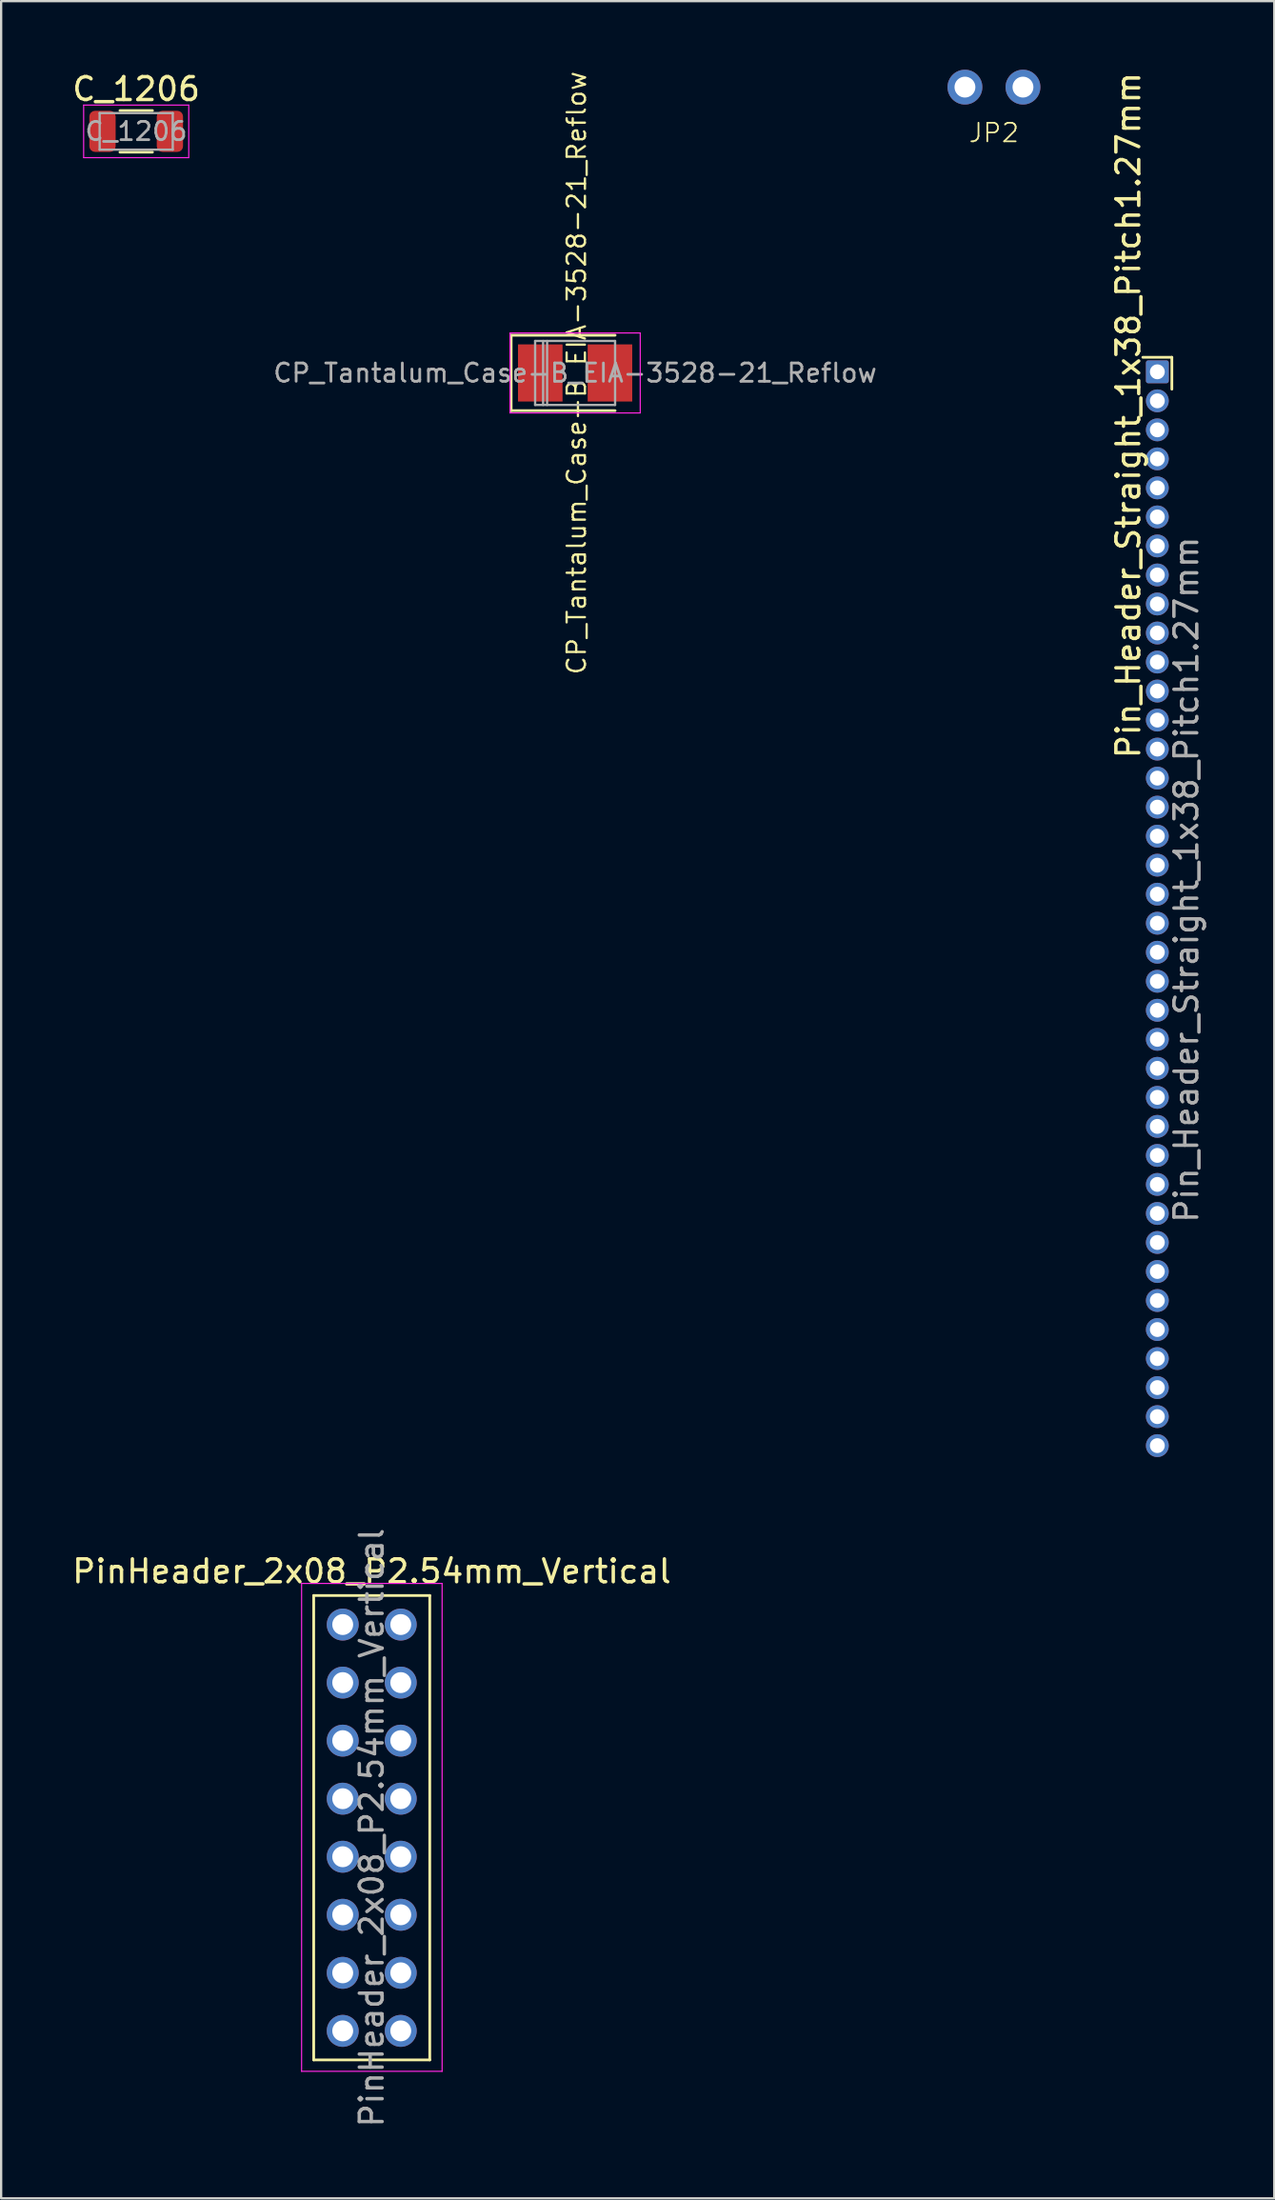
<source format=kicad_pcb>
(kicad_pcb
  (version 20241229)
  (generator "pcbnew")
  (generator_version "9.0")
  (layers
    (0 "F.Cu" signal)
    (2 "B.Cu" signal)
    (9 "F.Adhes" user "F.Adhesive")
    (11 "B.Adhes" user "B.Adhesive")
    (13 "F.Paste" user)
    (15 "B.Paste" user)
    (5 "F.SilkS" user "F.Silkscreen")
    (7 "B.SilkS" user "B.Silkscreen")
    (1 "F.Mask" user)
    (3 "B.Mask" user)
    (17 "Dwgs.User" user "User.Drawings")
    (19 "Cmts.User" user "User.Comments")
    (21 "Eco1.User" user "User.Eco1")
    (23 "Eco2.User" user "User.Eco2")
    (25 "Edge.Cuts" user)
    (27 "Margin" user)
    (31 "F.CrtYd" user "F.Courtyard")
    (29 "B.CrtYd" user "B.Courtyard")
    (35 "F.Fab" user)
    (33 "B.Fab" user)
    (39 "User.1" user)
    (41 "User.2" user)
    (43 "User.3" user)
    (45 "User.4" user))
  (footprint "JP2"
    (layer "F.Cu")
    (at 40.453 0.762)
    (property "Reference" "JP2" (at 0 2 0) (layer "F.SilkS") (effects (font (size 0.813 0.813) (thickness 0.076))))
    (attr through_hole)
    (pad "1" thru_hole circle (at -1.27 0) (size 1.524 1.524) (drill 0.914) (layers "*.Cu" "*.Mask"))
    (pad "2" thru_hole circle (at 1.27 0) (size 1.524 1.524) (drill 0.914) (layers "*.Cu" "*.Mask")))
  (footprint "PinHeader_2x08_P2.54mm_Vertical"
    (layer "F.Cu")
    (at 11.95 68.04)
    (property "Reference" "PinHeader_2x08_P2.54mm_Vertical" (at 1.27 -2.33 0) (layer "F.SilkS") (effects (font (size 1 1) (thickness 0.15))))
    (attr through_hole)
    (fp_line (start -1.27 -1.27) (end 3.81 -1.27) (stroke (width 0.12) (type solid)) (layer "F.SilkS"))
    (fp_line (start -1.27 19.05) (end -1.27 -1.27) (stroke (width 0.12) (type solid)) (layer "F.SilkS"))
    (fp_line (start 3.81 -1.27) (end 3.81 19.05) (stroke (width 0.12) (type solid)) (layer "F.SilkS"))
    (fp_line (start 3.81 19.05) (end -1.27 19.05) (stroke (width 0.12) (type solid)) (layer "F.SilkS"))
    (fp_line (start -1.8 -1.8) (end -1.8 19.55) (stroke (width 0.05) (type solid)) (layer "F.CrtYd"))
    (fp_line (start -1.8 19.55) (end 4.35 19.55) (stroke (width 0.05) (type solid)) (layer "F.CrtYd"))
    (fp_line (start 4.35 -1.8) (end -1.8 -1.8) (stroke (width 0.05) (type solid)) (layer "F.CrtYd"))
    (fp_line (start 4.35 19.55) (end 4.35 -1.8) (stroke (width 0.05) (type solid)) (layer "F.CrtYd"))
    (fp_text user "${REFERENCE}" (at 1.27 8.89 90) (layer "F.Fab") (effects (font (size 1 1) (thickness 0.15))))
    (pad "1" thru_hole circle (at 0 0) (size 1.397 1.397) (drill 0.914) (layers "*.Cu" "*.Mask"))
    (pad "2" thru_hole circle (at 2.54 0) (size 1.397 1.397) (drill 0.914) (layers "*.Cu" "*.Mask"))
    (pad "3" thru_hole circle (at 0 2.54) (size 1.397 1.397) (drill 0.914) (layers "*.Cu" "*.Mask"))
    (pad "4" thru_hole circle (at 2.54 2.54) (size 1.397 1.397) (drill 0.914) (layers "*.Cu" "*.Mask"))
    (pad "5" thru_hole circle (at 0 5.08) (size 1.397 1.397) (drill 0.914) (layers "*.Cu" "*.Mask"))
    (pad "6" thru_hole circle (at 2.54 5.08) (size 1.397 1.397) (drill 0.914) (layers "*.Cu" "*.Mask"))
    (pad "7" thru_hole circle (at 0 7.62) (size 1.397 1.397) (drill 0.914) (layers "*.Cu" "*.Mask"))
    (pad "8" thru_hole circle (at 2.54 7.62) (size 1.397 1.397) (drill 0.914) (layers "*.Cu" "*.Mask"))
    (pad "9" thru_hole circle (at 0 10.16) (size 1.397 1.397) (drill 0.914) (layers "*.Cu" "*.Mask"))
    (pad "10" thru_hole circle (at 2.54 10.16) (size 1.397 1.397) (drill 0.914) (layers "*.Cu" "*.Mask"))
    (pad "11" thru_hole circle (at 0 12.7) (size 1.397 1.397) (drill 0.914) (layers "*.Cu" "*.Mask"))
    (pad "12" thru_hole circle (at 2.54 12.7) (size 1.397 1.397) (drill 0.914) (layers "*.Cu" "*.Mask"))
    (pad "13" thru_hole circle (at 0 15.24) (size 1.397 1.397) (drill 0.914) (layers "*.Cu" "*.Mask"))
    (pad "14" thru_hole circle (at 2.54 15.24) (size 1.397 1.397) (drill 0.914) (layers "*.Cu" "*.Mask"))
    (pad "15" thru_hole circle (at 0 17.78) (size 1.397 1.397) (drill 0.914) (layers "*.Cu" "*.Mask"))
    (pad "16" thru_hole circle (at 2.54 17.78) (size 1.397 1.397) (drill 0.914) (layers "*.Cu" "*.Mask")))
  (footprint "Pin_Header_Straight_1x38_Pitch1.27mm"
    (layer "F.Cu")
    (at 47.604 35.445)
    (property "Reference" "Pin_Header_Straight_1x38_Pitch1.27mm" (at -1.27 -20.32 270) (layer "F.SilkS") (effects (font (size 1 1) (thickness 0.15))))
    (attr through_hole)
    (fp_line (start -0.635 -22.86) (end 0.635 -22.86) (stroke (width 0.12) (type solid)) (layer "F.SilkS"))
    (fp_line (start 0.635 -22.86) (end 0.635 -21.465) (stroke (width 0.12) (type solid)) (layer "F.SilkS"))
    (fp_text user "${REFERENCE}" (at 1.27 0 270) (layer "F.Fab") (effects (font (size 1 1) (thickness 0.15))))
    (pad "1" thru_hole roundrect (at 0 -22.225) (size 1 1) (drill 0.65) (layers "*.Cu" "*.Mask") (roundrect_rratio 0.1))
    (pad "2" thru_hole oval (at 0 -20.955) (size 1 1) (drill 0.65) (layers "*.Cu" "*.Mask"))
    (pad "3" thru_hole oval (at 0 -19.685) (size 1 1) (drill 0.65) (layers "*.Cu" "*.Mask"))
    (pad "4" thru_hole oval (at 0 -18.415) (size 1 1) (drill 0.65) (layers "*.Cu" "*.Mask"))
    (pad "5" thru_hole oval (at 0 -17.145) (size 1 1) (drill 0.65) (layers "*.Cu" "*.Mask"))
    (pad "6" thru_hole oval (at 0 -15.875) (size 1 1) (drill 0.65) (layers "*.Cu" "*.Mask"))
    (pad "7" thru_hole oval (at 0 -14.605) (size 1 1) (drill 0.65) (layers "*.Cu" "*.Mask"))
    (pad "8" thru_hole oval (at 0 -13.335) (size 1 1) (drill 0.65) (layers "*.Cu" "*.Mask"))
    (pad "9" thru_hole oval (at 0 -12.065) (size 1 1) (drill 0.65) (layers "*.Cu" "*.Mask"))
    (pad "10" thru_hole oval (at 0 -10.795) (size 1 1) (drill 0.65) (layers "*.Cu" "*.Mask"))
    (pad "11" thru_hole oval (at 0 -9.525) (size 1 1) (drill 0.65) (layers "*.Cu" "*.Mask"))
    (pad "12" thru_hole oval (at 0 -8.255) (size 1 1) (drill 0.65) (layers "*.Cu" "*.Mask"))
    (pad "13" thru_hole oval (at 0 -6.985) (size 1 1) (drill 0.65) (layers "*.Cu" "*.Mask"))
    (pad "14" thru_hole oval (at 0 -5.715) (size 1 1) (drill 0.65) (layers "*.Cu" "*.Mask"))
    (pad "15" thru_hole oval (at 0 -4.445) (size 1 1) (drill 0.65) (layers "*.Cu" "*.Mask"))
    (pad "16" thru_hole oval (at 0 -3.175) (size 1 1) (drill 0.65) (layers "*.Cu" "*.Mask"))
    (pad "17" thru_hole oval (at 0 -1.905) (size 1 1) (drill 0.65) (layers "*.Cu" "*.Mask"))
    (pad "18" thru_hole oval (at 0 -0.635) (size 1 1) (drill 0.65) (layers "*.Cu" "*.Mask"))
    (pad "19" thru_hole oval (at 0 0.635) (size 1 1) (drill 0.65) (layers "*.Cu" "*.Mask"))
    (pad "20" thru_hole oval (at 0 1.905) (size 1 1) (drill 0.65) (layers "*.Cu" "*.Mask"))
    (pad "21" thru_hole oval (at 0 3.175) (size 1 1) (drill 0.65) (layers "*.Cu" "*.Mask"))
    (pad "22" thru_hole oval (at 0 4.445) (size 1 1) (drill 0.65) (layers "*.Cu" "*.Mask"))
    (pad "23" thru_hole oval (at 0 5.715) (size 1 1) (drill 0.65) (layers "*.Cu" "*.Mask"))
    (pad "24" thru_hole oval (at 0 6.985) (size 1 1) (drill 0.65) (layers "*.Cu" "*.Mask"))
    (pad "25" thru_hole oval (at 0 8.255) (size 1 1) (drill 0.65) (layers "*.Cu" "*.Mask"))
    (pad "26" thru_hole oval (at 0 9.525) (size 1 1) (drill 0.65) (layers "*.Cu" "*.Mask"))
    (pad "27" thru_hole oval (at 0 10.795) (size 1 1) (drill 0.65) (layers "*.Cu" "*.Mask"))
    (pad "28" thru_hole oval (at 0 12.065) (size 1 1) (drill 0.65) (layers "*.Cu" "*.Mask"))
    (pad "29" thru_hole oval (at 0 13.335) (size 1 1) (drill 0.65) (layers "*.Cu" "*.Mask"))
    (pad "30" thru_hole oval (at 0 14.605) (size 1 1) (drill 0.65) (layers "*.Cu" "*.Mask"))
    (pad "31" thru_hole oval (at 0 15.875) (size 1 1) (drill 0.65) (layers "*.Cu" "*.Mask"))
    (pad "32" thru_hole oval (at 0 17.145) (size 1 1) (drill 0.65) (layers "*.Cu" "*.Mask"))
    (pad "33" thru_hole oval (at 0 18.415) (size 1 1) (drill 0.65) (layers "*.Cu" "*.Mask"))
    (pad "34" thru_hole oval (at 0 19.685) (size 1 1) (drill 0.65) (layers "*.Cu" "*.Mask"))
    (pad "35" thru_hole oval (at 0 20.955) (size 1 1) (drill 0.65) (layers "*.Cu" "*.Mask"))
    (pad "36" thru_hole oval (at 0 22.225) (size 1 1) (drill 0.65) (layers "*.Cu" "*.Mask"))
    (pad "37" thru_hole oval (at 0 23.495) (size 1 1) (drill 0.65) (layers "*.Cu" "*.Mask"))
    (pad "38" thru_hole oval (at 0 24.765) (size 1 1) (drill 0.65) (layers "*.Cu" "*.Mask")))
  (footprint "C_1206"
    (layer "F.Cu")
    (at 2.911 2.698)
    (property "Reference" "C_1206" (at 0 -1.85 0) (layer "F.SilkS") (effects (font (size 1 1) (thickness 0.15))))
    (attr smd)
    (fp_line (start -0.711 -0.91) (end 0.711 -0.91) (stroke (width 0.12) (type solid)) (layer "F.SilkS"))
    (fp_line (start -0.711 0.91) (end 0.711 0.91) (stroke (width 0.12) (type solid)) (layer "F.SilkS"))
    (fp_line (start -2.3 -1.15) (end 2.3 -1.15) (stroke (width 0.05) (type solid)) (layer "F.CrtYd"))
    (fp_line (start -2.3 1.15) (end -2.3 -1.15) (stroke (width 0.05) (type solid)) (layer "F.CrtYd"))
    (fp_line (start 2.3 -1.15) (end 2.3 1.15) (stroke (width 0.05) (type solid)) (layer "F.CrtYd"))
    (fp_line (start 2.3 1.15) (end -2.3 1.15) (stroke (width 0.05) (type solid)) (layer "F.CrtYd"))
    (fp_line (start -1.6 -0.8) (end 1.6 -0.8) (stroke (width 0.1) (type solid)) (layer "F.Fab"))
    (fp_line (start -1.6 0.8) (end -1.6 -0.8) (stroke (width 0.1) (type solid)) (layer "F.Fab"))
    (fp_line (start 1.6 -0.8) (end 1.6 0.8) (stroke (width 0.1) (type solid)) (layer "F.Fab"))
    (fp_line (start 1.6 0.8) (end -1.6 0.8) (stroke (width 0.1) (type solid)) (layer "F.Fab"))
    (fp_text user "${REFERENCE}" (at 0 0 0) (layer "F.Fab") (effects (font (size 0.8 0.8) (thickness 0.12))))
    (pad "1" smd roundrect (at -1.475 0) (size 1.15 1.8) (layers "F.Cu" "F.Mask" "F.Paste") (roundrect_rratio 0.217))
    (pad "2" smd roundrect (at 1.475 0) (size 1.15 1.8) (layers "F.Cu" "F.Mask" "F.Paste") (roundrect_rratio 0.217)))
  (footprint "CP_Tantalum_Case-B_EIA-3528-21_Reflow"
    (layer "F.Cu")
    (at 22.121 13.27)
    (property "Reference" "CP_Tantalum_Case-B_EIA-3528-21_Reflow" (at 0.064 0 90) (unlocked yes) (layer "F.SilkS") (effects (font (size 0.8 0.8) (thickness 0.1))))
    (attr smd)
    (fp_line (start -2.8 -1.65) (end -2.8 1.65) (stroke (width 0.12) (type solid)) (layer "F.SilkS"))
    (fp_line (start -2.8 -1.65) (end 1.75 -1.65) (stroke (width 0.12) (type solid)) (layer "F.SilkS"))
    (fp_line (start -2.8 1.65) (end 1.75 1.65) (stroke (width 0.12) (type solid)) (layer "F.SilkS"))
    (fp_line (start -2.85 -1.75) (end -2.85 1.75) (stroke (width 0.05) (type solid)) (layer "F.CrtYd"))
    (fp_line (start -2.85 1.75) (end 2.85 1.75) (stroke (width 0.05) (type solid)) (layer "F.CrtYd"))
    (fp_line (start 2.85 -1.75) (end -2.85 -1.75) (stroke (width 0.05) (type solid)) (layer "F.CrtYd"))
    (fp_line (start 2.85 1.75) (end 2.85 -1.75) (stroke (width 0.05) (type solid)) (layer "F.CrtYd"))
    (fp_line (start -1.75 -1.4) (end -1.75 1.4) (stroke (width 0.1) (type solid)) (layer "F.Fab"))
    (fp_line (start -1.75 1.4) (end 1.75 1.4) (stroke (width 0.1) (type solid)) (layer "F.Fab"))
    (fp_line (start -1.4 -1.4) (end -1.4 1.4) (stroke (width 0.1) (type solid)) (layer "F.Fab"))
    (fp_line (start -1.225 -1.4) (end -1.225 1.4) (stroke (width 0.1) (type solid)) (layer "F.Fab"))
    (fp_line (start 1.75 -1.4) (end -1.75 -1.4) (stroke (width 0.1) (type solid)) (layer "F.Fab"))
    (fp_line (start 1.75 1.4) (end 1.75 -1.4) (stroke (width 0.1) (type solid)) (layer "F.Fab"))
    (fp_text user "${REFERENCE}" (at 0 0 0) (layer "F.Fab") (effects (font (size 0.8 0.8) (thickness 0.12))))
    (pad "1" smd rect (at -1.525 0) (size 1.95 2.5) (layers "F.Cu" "F.Mask" "F.Paste"))
    (pad "2" smd rect (at 1.525 0) (size 1.95 2.5) (layers "F.Cu" "F.Mask" "F.Paste")))
  (gr_rect
    (start -3 -3)
    (end 52.722 93.15)
    (stroke (width 0.1) (type default))
    (fill no)
    (layer "Edge.Cuts")))
</source>
